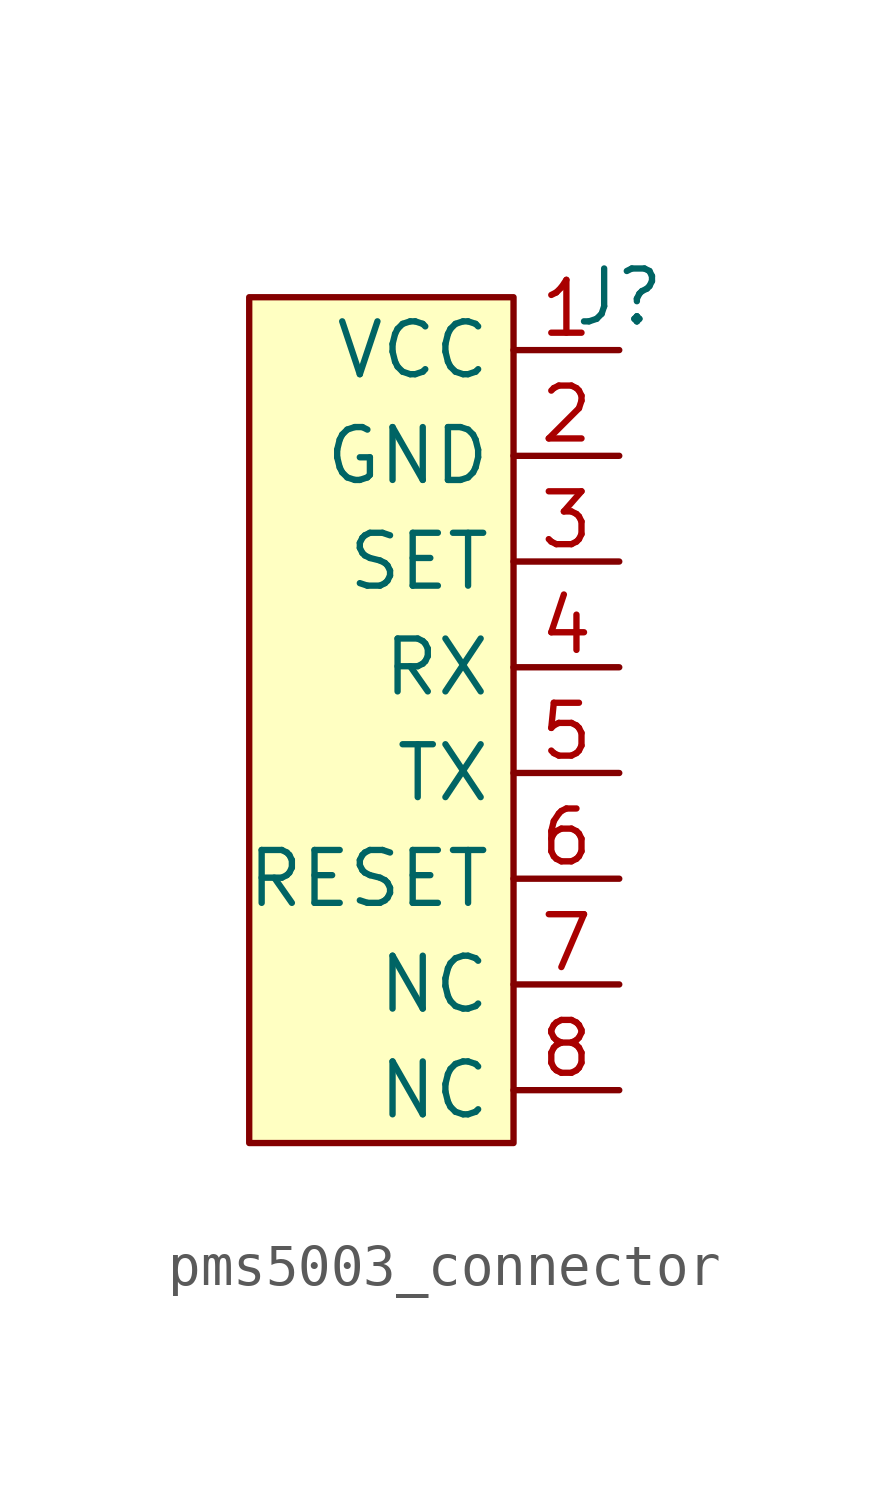
<source format=kicad_sym>
(kicad_symbol_lib
  (version 20220914)
  (generator kicad_symbol_editor)
  (symbol "pms5003_connector"
    (property "Reference" "J"
      (at 0 0 0)
      (effects (font (size 1.27 1.27))))
    (property "Value" ""
      (at 0 0 0)
      (effects (font (size 1.27 1.27))))
    (symbol "pms5003_connector_0_1"
      (rectangle (start -8.89 0) (end -2.54 -20.32) (stroke (width 0) (type default)) (fill (type background))))
    (symbol "pms5003_connector_1_1"
      (pin bidirectional line (at 0 -1.27 180) (length 2.54) (name "VCC" (effects (font (size 1.27 1.27)))) (number "1" (effects (font (size 1.27 1.27)))))
      (pin power_in line (at 0 -3.81 180) (length 2.54) (name "GND" (effects (font (size 1.27 1.27)))) (number "2" (effects (font (size 1.27 1.27)))))
      (pin bidirectional line (at 0 -6.35 180) (length 2.54) (name "SET" (effects (font (size 1.27 1.27)))) (number "3" (effects (font (size 1.27 1.27)))))
      (pin bidirectional line (at 0 -8.89 180) (length 2.54) (name "RX" (effects (font (size 1.27 1.27)))) (number "4" (effects (font (size 1.27 1.27)))))
      (pin bidirectional line (at 0 -11.43 180) (length 2.54) (name "TX" (effects (font (size 1.27 1.27)))) (number "5" (effects (font (size 1.27 1.27)))))
      (pin bidirectional line (at 0 -13.97 180) (length 2.54) (name "RESET" (effects (font (size 1.27 1.27)))) (number "6" (effects (font (size 1.27 1.27)))))
      (pin bidirectional line (at 0 -16.51 180) (length 2.54) (name "NC" (effects (font (size 1.27 1.27)))) (number "7" (effects (font (size 1.27 1.27)))))
      (pin bidirectional line (at 0 -19.05 180) (length 2.54) (name "NC" (effects (font (size 1.27 1.27)))) (number "8" (effects (font (size 1.27 1.27))))))))
</source>
